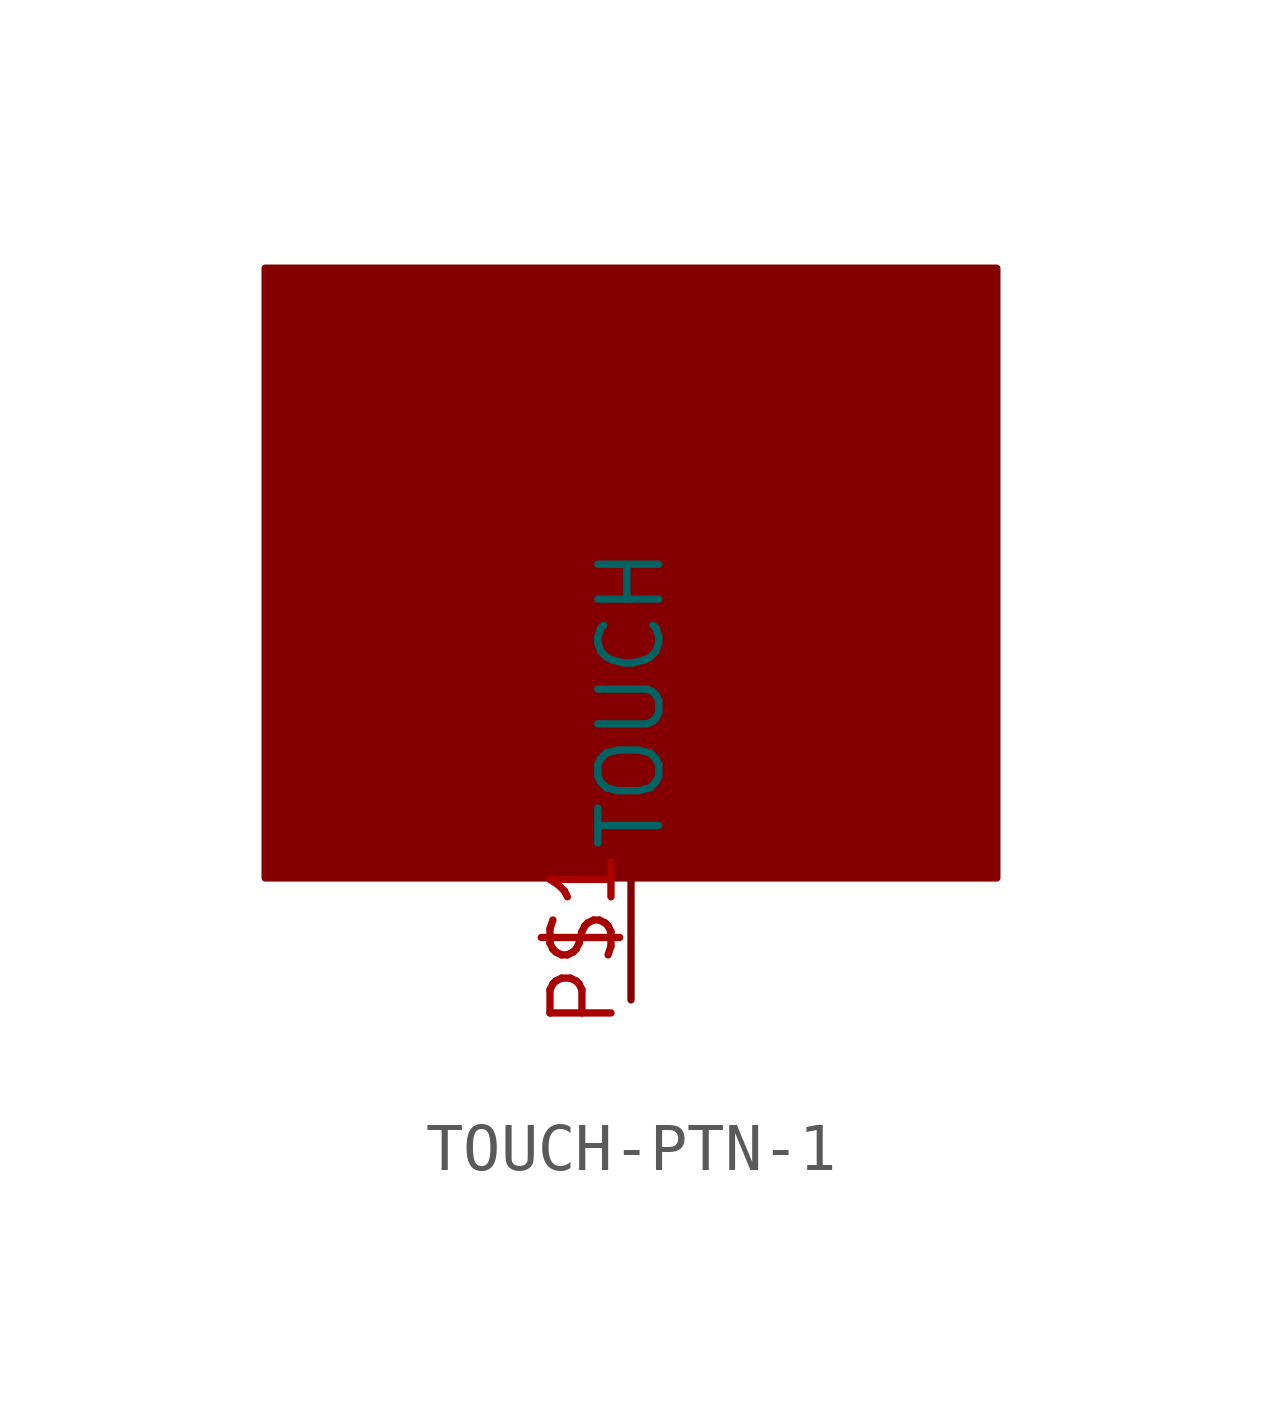
<source format=kicad_sym>
(kicad_symbol_lib
  (version 20220914)
  (generator kicad_symbol_editor)
  (symbol "TOUCH-PTN-1"
    (property "Reference" ""
      (at 0 0 0)
      (effects (font (size 1.27 1.27)) hide))
    (property "ki_locked" ""
      (at 0 0 0)
      (effects (font (size 1.27 1.27))))
    (symbol "TOUCH-PTN-1_1_0"
      (rectangle (start -7.62 2.54) (end 7.62 15.24) (stroke (width 0) (type default)) (fill (type outline)))
      (pin bidirectional line (at 0 0 90) (length 2.54) (name "TOUCH" (effects (font (size 1.27 1.27)))) (number "P$1" (effects (font (size 1.27 1.27))))))))
</source>
